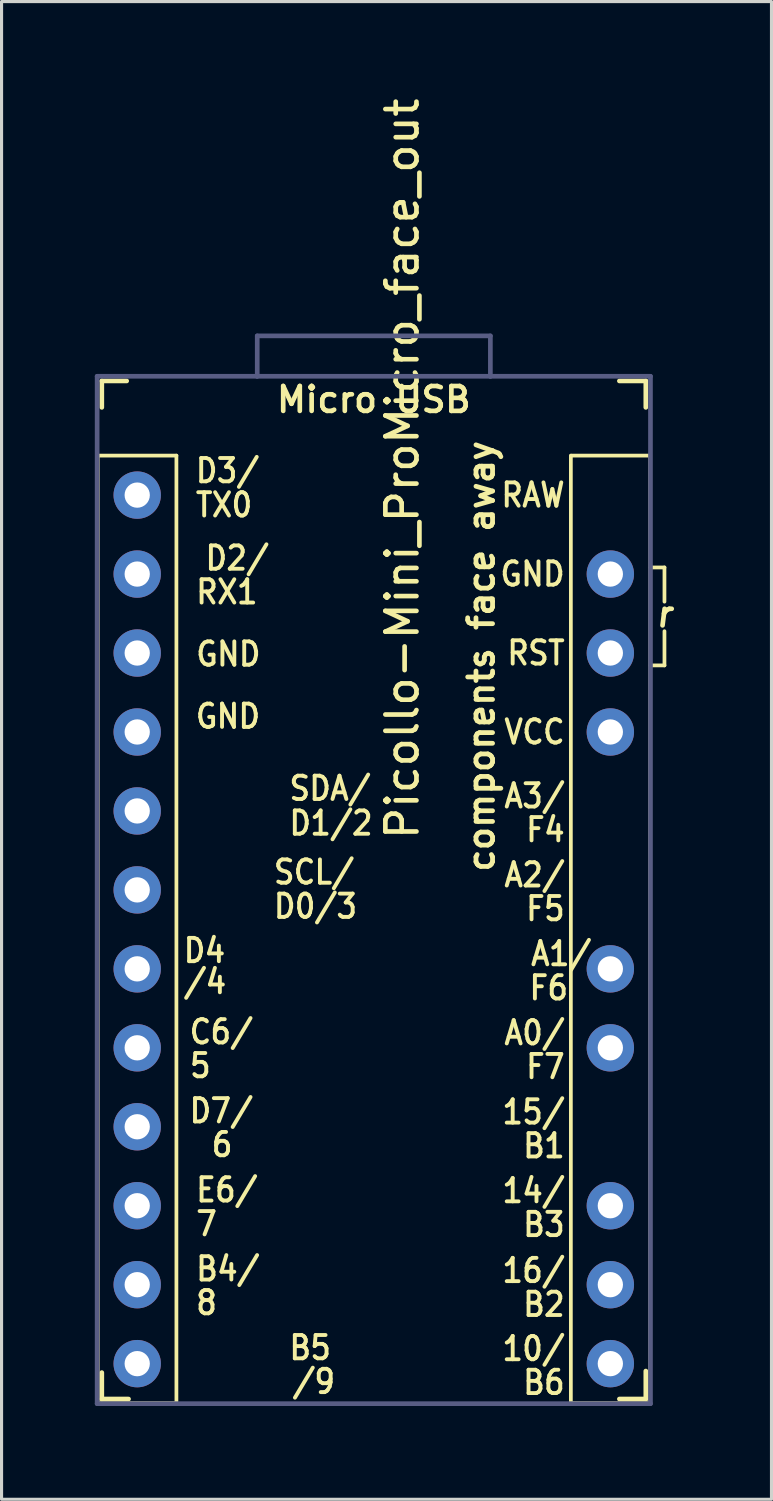
<source format=kicad_pcb>
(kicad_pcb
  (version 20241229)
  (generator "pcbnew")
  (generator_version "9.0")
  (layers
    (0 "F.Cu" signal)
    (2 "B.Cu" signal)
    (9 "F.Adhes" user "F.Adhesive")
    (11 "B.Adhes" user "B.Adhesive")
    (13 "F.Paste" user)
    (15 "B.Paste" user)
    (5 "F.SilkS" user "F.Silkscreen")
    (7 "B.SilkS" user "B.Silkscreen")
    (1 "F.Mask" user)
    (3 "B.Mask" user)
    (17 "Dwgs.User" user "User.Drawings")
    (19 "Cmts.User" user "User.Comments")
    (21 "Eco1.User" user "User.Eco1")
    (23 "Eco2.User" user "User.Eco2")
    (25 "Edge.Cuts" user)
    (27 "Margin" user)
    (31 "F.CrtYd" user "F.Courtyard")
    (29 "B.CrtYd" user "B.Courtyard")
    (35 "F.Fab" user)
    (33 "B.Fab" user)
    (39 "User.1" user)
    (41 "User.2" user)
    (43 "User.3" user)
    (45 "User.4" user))
  (footprint "Picollo-Mini_ProMicro_face_out"
    (layer "F.Cu")
    (at 8.975 27.355)
    (property "Reference" "Picollo-Mini_ProMicro_face_out" (at 0.917 -15.325 90) (layer "F.SilkS") (effects (font (size 1 1) (thickness 0.15))))
    (fp_line (start -8.89 -15.748) (end -6.35 -15.748) (stroke (width 0.12) (type solid)) (layer "F.SilkS"))
    (fp_line (start -8.89 14.732) (end -6.35 14.732) (stroke (width 0.12) (type solid)) (layer "F.SilkS"))
    (fp_line (start -8.881 -15.748) (end -8.881 14.732) (stroke (width 0.12) (type solid)) (layer "F.SilkS"))
    (fp_line (start -8.75 -18.15) (end -8.75 -17.3) (stroke (width 0.15) (type solid)) (layer "F.SilkS"))
    (fp_line (start -8.75 -18.15) (end -7.95 -18.15) (stroke (width 0.15) (type solid)) (layer "F.SilkS"))
    (fp_line (start -8.75 13.75) (end -8.75 14.6) (stroke (width 0.15) (type solid)) (layer "F.SilkS"))
    (fp_line (start -8.75 14.6) (end -7.89 14.6) (stroke (width 0.15) (type solid)) (layer "F.SilkS"))
    (fp_line (start -6.35 -15.748) (end -6.35 14.732) (stroke (width 0.12) (type solid)) (layer "F.SilkS"))
    (fp_line (start 6.339 -15.748) (end 6.339 14.732) (stroke (width 0.12) (type solid)) (layer "F.SilkS"))
    (fp_line (start 6.35 -15.748) (end 8.89 -15.748) (stroke (width 0.12) (type solid)) (layer "F.SilkS"))
    (fp_line (start 6.35 14.732) (end 8.89 14.732) (stroke (width 0.12) (type solid)) (layer "F.SilkS"))
    (fp_line (start 8.75 -18.15) (end 7.9 -18.15) (stroke (width 0.15) (type solid)) (layer "F.SilkS"))
    (fp_line (start 8.75 -18.15) (end 8.75 -17.3) (stroke (width 0.15) (type solid)) (layer "F.SilkS"))
    (fp_line (start 8.75 13.7) (end 8.75 14.6) (stroke (width 0.15) (type solid)) (layer "F.SilkS"))
    (fp_line (start 8.75 14.6) (end 7.9 14.6) (stroke (width 0.15) (type solid)) (layer "F.SilkS"))
    (fp_line (start 8.89 -15.748) (end 8.89 14.732) (stroke (width 0.12) (type solid)) (layer "F.SilkS"))
    (fp_line (start 8.9 -12.15) (end 9.35 -12.15) (stroke (width 0.12) (type solid)) (layer "F.SilkS"))
    (fp_line (start 9.35 -12.15) (end 9.35 -11.05) (stroke (width 0.12) (type solid)) (layer "F.SilkS"))
    (fp_line (start 9.35 -9) (end 8.9 -9) (stroke (width 0.12) (type solid)) (layer "F.SilkS"))
    (fp_line (start 9.35 -9) (end 9.35 -10.1) (stroke (width 0.12) (type solid)) (layer "F.SilkS"))
    (fp_line (start -8.9 -18.3) (end -8.9 14.75) (stroke (width 0.15) (type solid)) (layer "B.Fab"))
    (fp_line (start -8.9 14.75) (end 8.9 14.75) (stroke (width 0.15) (type solid)) (layer "B.Fab"))
    (fp_line (start -3.76 -18.3) (end -8.9 -18.3) (stroke (width 0.15) (type solid)) (layer "B.Fab"))
    (fp_line (start -3.75 -19.6) (end -3.75 -18.3) (stroke (width 0.15) (type solid)) (layer "B.Fab"))
    (fp_line (start 3.75 -19.6) (end -3.75 -19.6) (stroke (width 0.15) (type solid)) (layer "B.Fab"))
    (fp_line (start 3.75 -19.6) (end 3.75 -18.299) (stroke (width 0.15) (type solid)) (layer "B.Fab"))
    (fp_line (start 3.75 -18.3) (end -3.75 -18.3) (stroke (width 0.15) (type solid)) (layer "B.Fab"))
    (fp_line (start 8.9 -18.3) (end 3.75 -18.3) (stroke (width 0.15) (type solid)) (layer "B.Fab"))
    (fp_line (start 8.9 14.75) (end 8.9 -18.3) (stroke (width 0.15) (type solid)) (layer "B.Fab"))
    (fp_text user "D2/" (at -5.482 -12.45 0) (unlocked yes) (layer "F.SilkS") (effects (font (size 0.75 0.67) (thickness 0.125)) (justify left)))
    (fp_text user "TX0" (at -5.794 -14.162 0) (unlocked yes) (layer "F.SilkS") (effects (font (size 0.75 0.67) (thickness 0.125)) (justify left)))
    (fp_text user "VCC" (at 6.209 -6.858 0) (unlocked yes) (layer "F.SilkS") (effects (font (size 0.75 0.67) (thickness 0.125)) (justify right)))
    (fp_text user "6" (at -5.282 6.418 0) (unlocked yes) (layer "F.SilkS") (effects (font (size 0.75 0.67) (thickness 0.125)) (justify left)))
    (fp_text user "B3" (at 6.209 8.988 0) (unlocked yes) (layer "F.SilkS") (effects (font (size 0.75 0.67) (thickness 0.125)) (justify right)))
    (fp_text user "GND" (at -5.794 -7.362 0) (unlocked yes) (layer "F.SilkS") (effects (font (size 0.75 0.67) (thickness 0.125)) (justify left)))
    (fp_text user "E6/" (at -5.782 7.875 0) (unlocked yes) (layer "F.SilkS") (effects (font (size 0.75 0.67) (thickness 0.125)) (justify left)))
    (fp_text user "r" (at 9.35 -10.65 0) (unlocked yes) (layer "F.SilkS") (effects (font (size 0.8 0.8) (thickness 0.15) (italic yes))))
    (fp_text user "B2" (at 6.209 11.556 0) (unlocked yes) (layer "F.SilkS") (effects (font (size 0.75 0.67) (thickness 0.125)) (justify right)))
    (fp_text user "D3/" (at -5.794 -15.262 0) (unlocked yes) (layer "F.SilkS") (effects (font (size 0.75 0.67) (thickness 0.125)) (justify left)))
    (fp_text user "F6" (at 6.317 1.375 0) (unlocked yes) (layer "F.SilkS") (effects (font (size 0.75 0.67) (thickness 0.125)) (justify right)))
    (fp_text user "B4/" (at -5.782 10.415 0) (unlocked yes) (layer "F.SilkS") (effects (font (size 0.75 0.67) (thickness 0.125)) (justify left)))
    (fp_text user "D7/" (at -5.994 5.33 0) (unlocked yes) (layer "F.SilkS") (effects (font (size 0.75 0.67) (thickness 0.125)) (justify left)))
    (fp_text user "D1/2" (at -2.783 -3.925 0) (unlocked yes) (layer "F.SilkS") (effects (font (size 0.75 0.67) (thickness 0.125)) (justify left)))
    (fp_text user "F4" (at 6.209 -3.712 0) (unlocked yes) (layer "F.SilkS") (effects (font (size 0.75 0.67) (thickness 0.125)) (justify right)))
    (fp_text user "RAW" (at 6.209 -14.478 0) (unlocked yes) (layer "F.SilkS") (effects (font (size 0.75 0.67) (thickness 0.125)) (justify right)))
    (fp_text user "14/" (at 6.209 7.9 0) (unlocked yes) (layer "F.SilkS") (effects (font (size 0.75 0.67) (thickness 0.125)) (justify right)))
    (fp_text user "B1" (at 6.209 6.456 0) (unlocked yes) (layer "F.SilkS") (effects (font (size 0.75 0.67) (thickness 0.125)) (justify right)))
    (fp_text user "D4" (at -6.183 0.175 0) (unlocked yes) (layer "F.SilkS") (effects (font (size 0.75 0.67) (thickness 0.125)) (justify left)))
    (fp_text user "5" (at -5.982 3.878 0) (unlocked yes) (layer "F.SilkS") (effects (font (size 0.75 0.67) (thickness 0.125)) (justify left)))
    (fp_text user "Micro USB" (at 0 -17.55 0) (unlocked yes) (layer "F.SilkS") (effects (font (size 0.8 0.8) (thickness 0.15))))
    (fp_text user "F5" (at 6.209 -1.172 0) (unlocked yes) (layer "F.SilkS") (effects (font (size 0.75 0.67) (thickness 0.125)) (justify right)))
    (fp_text user "SDA/" (at -2.783 -5.043 0) (unlocked yes) (layer "F.SilkS") (effects (font (size 0.75 0.67) (thickness 0.125)) (justify left)))
    (fp_text user "components face away" (at 3.458 -9.295 90) (unlocked yes) (layer "F.SilkS") (effects (font (size 0.8 0.8) (thickness 0.153))))
    (fp_text user "A0/" (at 6.209 2.82 0) (unlocked yes) (layer "F.SilkS") (effects (font (size 0.75 0.67) (thickness 0.125)) (justify right)))
    (fp_text user "SCL/" (at -3.283 -2.35 0) (unlocked yes) (layer "F.SilkS") (effects (font (size 0.75 0.67) (thickness 0.125)) (justify left)))
    (fp_text user "B6" (at 6.209 14.068 0) (unlocked yes) (layer "F.SilkS") (effects (font (size 0.75 0.67) (thickness 0.125)) (justify right)))
    (fp_text user "GND" (at -5.782 -9.363 0) (unlocked yes) (layer "F.SilkS") (effects (font (size 0.75 0.67) (thickness 0.125)) (justify left)))
    (fp_text user "RST" (at 6.209 -9.398 0) (unlocked yes) (layer "F.SilkS") (effects (font (size 0.75 0.67) (thickness 0.125)) (justify right)))
    (fp_text user "8" (at -5.782 11.503 0) (unlocked yes) (layer "F.SilkS") (effects (font (size 0.75 0.67) (thickness 0.125)) (justify left)))
    (fp_text user "GND" (at 6.209 -11.938 0) (unlocked yes) (layer "F.SilkS") (effects (font (size 0.75 0.67) (thickness 0.125)) (justify right)))
    (fp_text user "/9" (at -2.683 14.037 0) (unlocked yes) (layer "F.SilkS") (effects (font (size 0.75 0.67) (thickness 0.125)) (justify left)))
    (fp_text user "B5" (at -2.783 12.95 0) (unlocked yes) (layer "F.SilkS") (effects (font (size 0.75 0.67) (thickness 0.125)) (justify left)))
    (fp_text user "7" (at -5.782 8.963 0) (unlocked yes) (layer "F.SilkS") (effects (font (size 0.75 0.67) (thickness 0.125)) (justify left)))
    (fp_text user "A2/" (at 6.209 -2.26 0) (unlocked yes) (layer "F.SilkS") (effects (font (size 0.75 0.67) (thickness 0.125)) (justify right)))
    (fp_text user "15/" (at 6.209 5.368 0) (unlocked yes) (layer "F.SilkS") (effects (font (size 0.75 0.67) (thickness 0.125)) (justify right)))
    (fp_text user "F7" (at 6.209 3.908 0) (unlocked yes) (layer "F.SilkS") (effects (font (size 0.75 0.67) (thickness 0.125)) (justify right)))
    (fp_text user "C6/" (at -5.994 2.79 0) (unlocked yes) (layer "F.SilkS") (effects (font (size 0.75 0.67) (thickness 0.125)) (justify left)))
    (fp_text user "/4" (at -6.183 1.175 0) (unlocked yes) (layer "F.SilkS") (effects (font (size 0.75 0.67) (thickness 0.125)) (justify left)))
    (fp_text user "16/" (at 6.209 10.468 0) (unlocked yes) (layer "F.SilkS") (effects (font (size 0.75 0.67) (thickness 0.125)) (justify right)))
    (fp_text user "D0/3" (at -3.283 -1.25 0) (unlocked yes) (layer "F.SilkS") (effects (font (size 0.75 0.67) (thickness 0.125)) (justify left)))
    (fp_text user "A1/" (at 7.067 0.275 0) (unlocked yes) (layer "F.SilkS") (effects (font (size 0.75 0.67) (thickness 0.125)) (justify right)))
    (fp_text user "10/" (at 6.209 12.98 0) (unlocked yes) (layer "F.SilkS") (effects (font (size 0.75 0.67) (thickness 0.125)) (justify right)))
    (fp_text user "RX1" (at -5.782 -11.362 0) (unlocked yes) (layer "F.SilkS") (effects (font (size 0.75 0.67) (thickness 0.125)) (justify left)))
    (fp_text user "A3/" (at 6.209 -4.8 0) (unlocked yes) (layer "F.SilkS") (effects (font (size 0.75 0.67) (thickness 0.125)) (justify right)))
    (pad "1" thru_hole circle (at -7.611 -14.478) (size 1.524 1.524) (drill 0.813) (layers "*.Cu" "*.Mask"))
    (pad "2" thru_hole circle (at -7.611 -11.938) (size 1.524 1.524) (drill 0.813) (layers "*.Cu" "*.Mask"))
    (pad "3" thru_hole circle (at -7.611 -9.398) (size 1.524 1.524) (drill 0.813) (layers "*.Cu" "*.Mask"))
    (pad "4" thru_hole circle (at -7.611 -6.858) (size 1.524 1.524) (drill 0.813) (layers "*.Cu" "*.Mask"))
    (pad "5" thru_hole circle (at -7.611 -4.318) (size 1.524 1.524) (drill 0.813) (layers "*.Cu" "*.Mask"))
    (pad "6" thru_hole circle (at -7.611 -1.778) (size 1.524 1.524) (drill 0.813) (layers "*.Cu" "*.Mask"))
    (pad "7" thru_hole circle (at -7.611 0.762) (size 1.524 1.524) (drill 0.813) (layers "*.Cu" "*.Mask"))
    (pad "8" thru_hole circle (at -7.611 3.302) (size 1.524 1.524) (drill 0.813) (layers "*.Cu" "*.Mask"))
    (pad "9" thru_hole circle (at -7.611 5.842) (size 1.524 1.524) (drill 0.813) (layers "*.Cu" "*.Mask"))
    (pad "10" thru_hole circle (at -7.611 8.382) (size 1.524 1.524) (drill 0.813) (layers "*.Cu" "*.Mask"))
    (pad "11" thru_hole circle (at -7.611 10.922) (size 1.524 1.524) (drill 0.813) (layers "*.Cu" "*.Mask"))
    (pad "12" thru_hole circle (at -7.611 13.462) (size 1.524 1.524) (drill 0.813) (layers "*.Cu" "*.Mask"))
    (pad "13" thru_hole circle (at 7.609 13.462) (size 1.524 1.524) (drill 0.813) (layers "*.Cu" "*.Mask"))
    (pad "14" thru_hole circle (at 7.609 10.922) (size 1.524 1.524) (drill 0.813) (layers "*.Cu" "*.Mask"))
    (pad "15" thru_hole circle (at 7.609 8.382) (size 1.524 1.524) (drill 0.813) (layers "*.Cu" "*.Mask"))
    (pad "17" thru_hole circle (at 7.609 3.302) (size 1.524 1.524) (drill 0.813) (layers "*.Cu" "*.Mask"))
    (pad "18" thru_hole circle (at 7.609 0.762) (size 1.524 1.524) (drill 0.813) (layers "*.Cu" "*.Mask"))
    (pad "21" thru_hole circle (at 7.609 -6.858) (size 1.524 1.524) (drill 0.813) (layers "*.Cu" "*.Mask"))
    (pad "22" thru_hole circle (at 7.609 -9.398) (size 1.524 1.524) (drill 0.813) (layers "*.Cu" "*.Mask"))
    (pad "23" thru_hole circle (at 7.609 -11.938) (size 1.524 1.524) (drill 0.813) (layers "*.Cu" "*.Mask")))
  (gr_rect
    (start -3 -3)
    (end 21.768 45.18)
    (stroke (width 0.1) (type default))
    (fill no)
    (layer "Edge.Cuts")))
</source>
